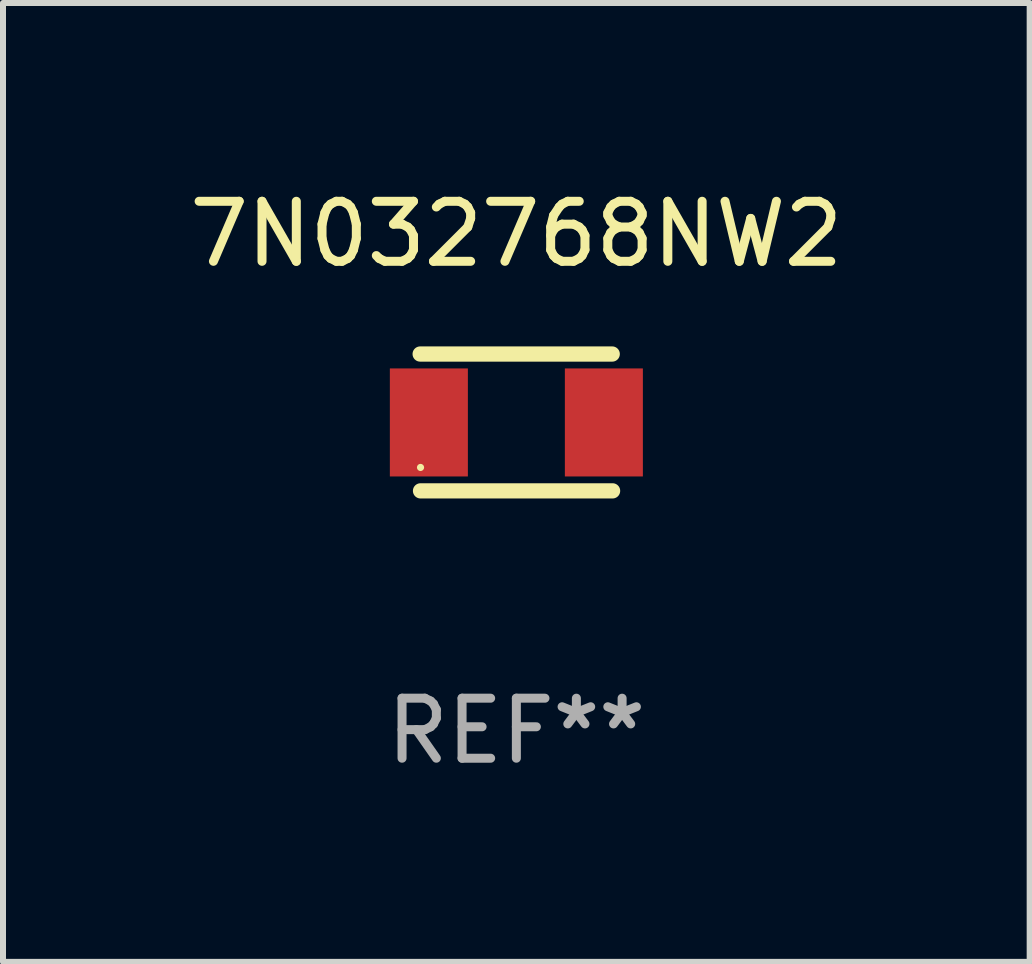
<source format=kicad_pcb>
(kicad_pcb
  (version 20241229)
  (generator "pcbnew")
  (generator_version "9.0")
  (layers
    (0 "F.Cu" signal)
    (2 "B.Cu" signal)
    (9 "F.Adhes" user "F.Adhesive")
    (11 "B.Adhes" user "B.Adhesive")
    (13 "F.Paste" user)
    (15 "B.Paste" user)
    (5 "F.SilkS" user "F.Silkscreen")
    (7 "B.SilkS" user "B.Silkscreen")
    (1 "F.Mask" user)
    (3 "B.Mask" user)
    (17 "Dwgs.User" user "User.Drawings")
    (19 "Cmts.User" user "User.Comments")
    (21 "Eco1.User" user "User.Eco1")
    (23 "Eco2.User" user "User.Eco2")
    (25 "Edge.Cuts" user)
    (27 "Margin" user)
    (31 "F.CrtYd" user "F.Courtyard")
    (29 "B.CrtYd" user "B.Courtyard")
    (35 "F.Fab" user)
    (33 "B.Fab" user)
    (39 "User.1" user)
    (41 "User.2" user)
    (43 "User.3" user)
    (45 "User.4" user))
  (footprint "7N032768NW2"
    (layer "F.Cu")
    (at 5.554 3.989)
    (property "Reference" "7N032768NW2" (at 0 -3.14 0) (layer "F.SilkS") (effects (font (size 1 1) (thickness 0.15))))
    (attr through_hole)
    (fp_line (start -1.597 1.14) (end 1.603 1.14) (stroke (width 0.254) (type solid)) (layer "F.SilkS"))
    (fp_line (start 1.597 -1.14) (end -1.603 -1.14) (stroke (width 0.254) (type solid)) (layer "F.SilkS"))
    (fp_circle (center -1.597 0.75) (end -1.567 0.75) (stroke (width 0.06) (type solid)) (fill no) (layer "F.SilkS"))
    (fp_text user "REF**" (at 0 5.14 0) (layer "F.Fab") (effects (font (size 1 1) (thickness 0.15))))
    (pad "1" smd rect (at -1.458 0) (size 1.3 1.8) (layers "F.Cu" "F.Mask" "F.Paste"))
    (pad "2" smd rect (at 1.458 0) (size 1.3 1.8) (layers "F.Cu" "F.Mask" "F.Paste")))
  (gr_rect
    (start -3 -3)
    (end 14.107 12.977)
    (stroke (width 0.1) (type default))
    (fill no)
    (layer "Edge.Cuts")))
</source>
